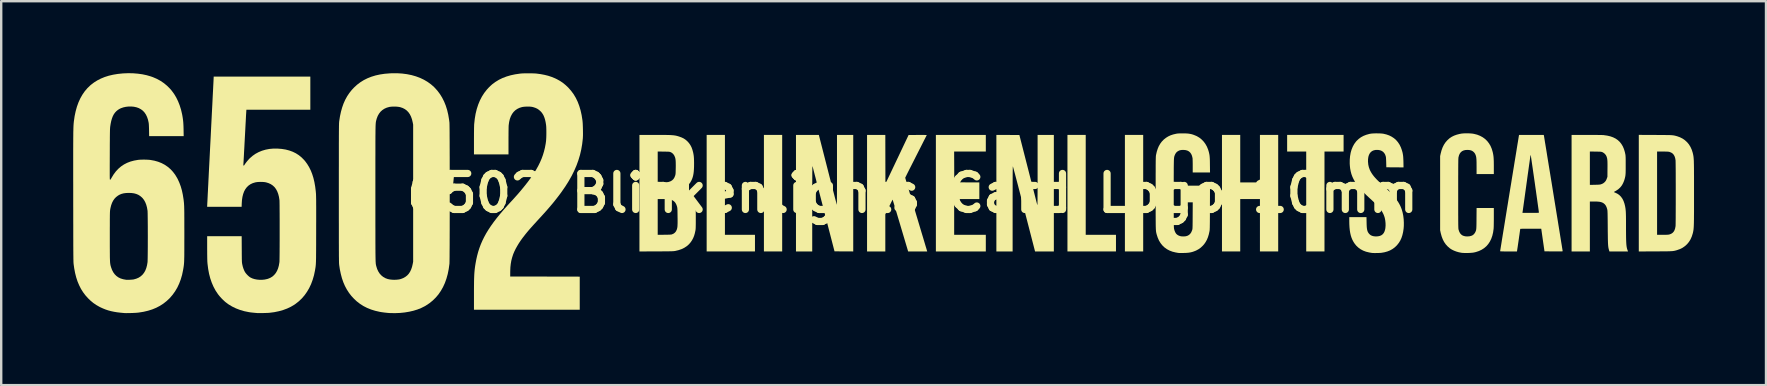
<source format=kicad_pcb>
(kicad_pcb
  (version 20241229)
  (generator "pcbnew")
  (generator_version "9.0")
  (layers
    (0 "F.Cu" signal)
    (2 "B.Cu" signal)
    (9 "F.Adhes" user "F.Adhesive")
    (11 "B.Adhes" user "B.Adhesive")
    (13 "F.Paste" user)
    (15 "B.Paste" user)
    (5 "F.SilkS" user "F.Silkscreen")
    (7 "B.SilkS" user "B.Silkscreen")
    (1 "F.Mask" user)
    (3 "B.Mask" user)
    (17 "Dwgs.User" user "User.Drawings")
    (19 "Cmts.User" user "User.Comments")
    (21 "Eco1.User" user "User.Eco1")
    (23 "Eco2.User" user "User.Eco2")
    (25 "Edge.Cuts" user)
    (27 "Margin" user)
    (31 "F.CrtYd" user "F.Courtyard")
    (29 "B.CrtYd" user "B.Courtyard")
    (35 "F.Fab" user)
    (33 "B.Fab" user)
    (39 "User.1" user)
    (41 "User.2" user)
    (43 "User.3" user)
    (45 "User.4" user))
  (footprint "6502 Blinkenlights Card Logo 10mm"
    (layer "F.Cu")
    (at 34.977 5)
    (property "Reference" "6502 Blinkenlights Card Logo 10mm" (at 0 0 0) (layer "F.SilkS") (effects (font (size 1.5 1.5) (thickness 0.3))))
    (attr board_only exclude_from_pos_files exclude_from_bom)
    (fp_poly (pts (xy -5.432 0) (xy -5.432 2.428) (xy -5.813 2.428) (xy -6.193 2.428) (xy -6.193 0) (xy -6.193 -2.428) (xy -5.813 -2.428) (xy -5.432 -2.428)) (stroke (width 0) (type solid)) (fill yes) (layer "F.SilkS"))
    (fp_poly (pts (xy 9.612 0) (xy 9.612 2.428) (xy 9.231 2.428) (xy 8.85 2.428) (xy 8.85 0) (xy 8.85 -2.428) (xy 9.231 -2.428) (xy 9.612 -2.428)) (stroke (width 0) (type solid)) (fill yes) (layer "F.SilkS"))
    (fp_poly (pts (xy -7.818 -0.347) (xy -7.818 1.735) (xy -7.192 1.735) (xy -6.566 1.735) (xy -6.566 2.081) (xy -6.566 2.428) (xy -7.573 2.428) (xy -8.579 2.428) (xy -8.579 0) (xy -8.579 -2.428) (xy -8.199 -2.428) (xy -7.818 -2.428)) (stroke (width 0) (type solid)) (fill yes) (layer "F.SilkS"))
    (fp_poly (pts (xy 7.217 -0.347) (xy 7.217 1.735) (xy 7.848 1.735) (xy 8.478 1.735) (xy 8.478 2.081) (xy 8.478 2.428) (xy 7.467 2.428) (xy 6.456 2.428) (xy 6.456 0) (xy 6.456 -2.428) (xy 6.837 -2.428) (xy 7.217 -2.428)) (stroke (width 0) (type solid)) (fill yes) (layer "F.SilkS"))
    (fp_poly (pts (xy 17.963 -2.081) (xy 17.963 -1.735) (xy 17.565 -1.735) (xy 17.167 -1.735) (xy 17.167 0.347) (xy 17.167 2.428) (xy 16.787 2.428) (xy 16.406 2.428) (xy 16.406 0.347) (xy 16.406 -1.735) (xy 16.008 -1.735) (xy 15.611 -1.735) (xy 15.611 -2.081) (xy 15.611 -2.428) (xy 16.787 -2.428) (xy 17.963 -2.428)) (stroke (width 0) (type solid)) (fill yes) (layer "F.SilkS"))
    (fp_poly (pts (xy 3.054 -2.081) (xy 3.054 -1.735) (xy 2.394 -1.735) (xy 1.734 -1.735) (xy 1.737 -1.094) (xy 1.739 -0.453) (xy 2.261 -0.45) (xy 2.784 -0.448) (xy 2.784 -0.101) (xy 2.784 0.245) (xy 2.259 0.245) (xy 1.735 0.245) (xy 1.735 0.99) (xy 1.735 1.735) (xy 2.394 1.735) (xy 3.054 1.735) (xy 3.054 2.081) (xy 3.054 2.428) (xy 2.014 2.428) (xy 0.973 2.428) (xy 0.973 0) (xy 0.973 -2.428) (xy 2.014 -2.428) (xy 3.054 -2.428)) (stroke (width 0) (type solid)) (fill yes) (layer "F.SilkS"))
    (fp_poly (pts (xy 13.656 -1.438) (xy 13.656 -0.448) (xy 14.066 -0.448) (xy 14.477 -0.448) (xy 14.477 -1.438) (xy 14.477 -2.428) (xy 14.858 -2.428) (xy 15.238 -2.428) (xy 15.238 0) (xy 15.238 2.428) (xy 14.858 2.428) (xy 14.477 2.428) (xy 14.477 1.337) (xy 14.477 0.245) (xy 14.066 0.245) (xy 13.656 0.245) (xy 13.656 1.337) (xy 13.656 2.428) (xy 13.275 2.428) (xy 12.895 2.428) (xy 12.895 0) (xy 12.895 -2.428) (xy 13.275 -2.428) (xy 13.656 -2.428)) (stroke (width 0) (type solid)) (fill yes) (layer "F.SilkS"))
    (fp_poly (pts (xy -3.532 -0.973) (xy -3.493 -0.82) (xy -3.455 -0.671) (xy -3.418 -0.528) (xy -3.383 -0.39) (xy -3.35 -0.26) (xy -3.318 -0.137) (xy -3.288 -0.023) (xy -3.261 0.081) (xy -3.237 0.175) (xy -3.215 0.259) (xy -3.196 0.33) (xy -3.18 0.389) (xy -3.168 0.434) (xy -3.16 0.465) (xy -3.155 0.48) (xy -3.154 0.482) (xy -3.154 0.474) (xy -3.153 0.45) (xy -3.152 0.41) (xy -3.152 0.356) (xy -3.151 0.289) (xy -3.15 0.209) (xy -3.15 0.117) (xy -3.149 0.014) (xy -3.149 -0.098) (xy -3.148 -0.22) (xy -3.148 -0.35) (xy -3.148 -0.487) (xy -3.148 -0.631) (xy -3.148 -0.781) (xy -3.148 -0.936) (xy -3.148 -0.973) (xy -3.148 -2.428) (xy -2.809 -2.428) (xy -2.471 -2.428) (xy -2.471 0.000084) (xy -2.471 2.428) (xy -2.861 2.426) (xy -3.251 2.424) (xy -3.707 0.66) (xy -3.75 0.491) (xy -3.793 0.327) (xy -3.834 0.167) (xy -3.874 0.014) (xy -3.912 -0.134) (xy -3.948 -0.273) (xy -3.982 -0.405) (xy -4.013 -0.528) (xy -4.042 -0.641) (xy -4.069 -0.743) (xy -4.092 -0.835) (xy -4.113 -0.915) (xy -4.13 -0.982) (xy -4.144 -1.036) (xy -4.154 -1.076) (xy -4.16 -1.101) (xy -4.163 -1.11) (xy -4.163 -1.111) (xy -4.169 -1.117) (xy -4.171 -1.117) (xy -4.172 -1.108) (xy -4.173 -1.083) (xy -4.174 -1.041) (xy -4.175 -0.982) (xy -4.176 -0.906) (xy -4.177 -0.813) (xy -4.177 -0.704) (xy -4.178 -0.578) (xy -4.179 -0.436) (xy -4.179 -0.276) (xy -4.179 -0.1) (xy -4.179 0.092) (xy -4.18 0.301) (xy -4.18 0.526) (xy -4.18 0.656) (xy -4.18 2.428) (xy -4.518 2.428) (xy -4.857 2.428) (xy -4.857 0) (xy -4.857 -2.428) (xy -4.38 -2.428) (xy -3.904 -2.428)) (stroke (width 0) (type solid)) (fill yes) (layer "F.SilkS"))
    (fp_poly (pts (xy 3.974 -2.426) (xy 4.453 -2.424) (xy 4.824 -0.973) (xy 4.863 -0.82) (xy 4.901 -0.672) (xy 4.937 -0.528) (xy 4.972 -0.391) (xy 5.006 -0.261) (xy 5.037 -0.138) (xy 5.066 -0.025) (xy 5.093 0.08) (xy 5.117 0.174) (xy 5.138 0.257) (xy 5.156 0.329) (xy 5.171 0.387) (xy 5.183 0.432) (xy 5.19 0.463) (xy 5.194 0.478) (xy 5.195 0.48) (xy 5.202 0.482) (xy 5.204 0.482) (xy 5.205 0.474) (xy 5.206 0.448) (xy 5.207 0.406) (xy 5.208 0.347) (xy 5.209 0.272) (xy 5.209 0.179) (xy 5.21 0.07) (xy 5.211 -0.055) (xy 5.211 -0.198) (xy 5.211 -0.356) (xy 5.212 -0.532) (xy 5.212 -0.723) (xy 5.212 -0.931) (xy 5.212 -0.973) (xy 5.212 -2.428) (xy 5.55 -2.428) (xy 5.889 -2.428) (xy 5.889 0) (xy 5.889 2.428) (xy 5.497 2.428) (xy 5.106 2.428) (xy 4.649 0.658) (xy 4.601 0.474) (xy 4.555 0.296) (xy 4.511 0.126) (xy 4.469 -0.036) (xy 4.429 -0.189) (xy 4.392 -0.333) (xy 4.357 -0.466) (xy 4.324 -0.589) (xy 4.295 -0.7) (xy 4.269 -0.8) (xy 4.245 -0.887) (xy 4.226 -0.961) (xy 4.209 -1.021) (xy 4.196 -1.067) (xy 4.188 -1.098) (xy 4.183 -1.113) (xy 4.182 -1.115) (xy 4.18 -1.112) (xy 4.179 -1.103) (xy 4.178 -1.086) (xy 4.177 -1.061) (xy 4.176 -1.028) (xy 4.176 -0.986) (xy 4.175 -0.934) (xy 4.174 -0.872) (xy 4.174 -0.799) (xy 4.173 -0.716) (xy 4.173 -0.62) (xy 4.172 -0.512) (xy 4.172 -0.391) (xy 4.172 -0.256) (xy 4.172 -0.108) (xy 4.171 0.055) (xy 4.171 0.234) (xy 4.171 0.428) (xy 4.171 0.638) (xy 4.171 0.655) (xy 4.171 2.428) (xy 3.833 2.428) (xy 3.494 2.428) (xy 3.494 -0.00007) (xy 3.494 -2.428)) (stroke (width 0) (type solid)) (fill yes) (layer "F.SilkS"))
    (fp_poly (pts (xy -1.132 -1.408) (xy -1.13 -0.389) (xy -0.647 -1.406) (xy -0.164 -2.424) (xy 0.214 -2.426) (xy 0.292 -2.427) (xy 0.365 -2.427) (xy 0.43 -2.426) (xy 0.487 -2.426) (xy 0.533 -2.425) (xy 0.567 -2.425) (xy 0.587 -2.424) (xy 0.592 -2.423) (xy 0.589 -2.415) (xy 0.578 -2.392) (xy 0.56 -2.357) (xy 0.536 -2.309) (xy 0.506 -2.25) (xy 0.471 -2.181) (xy 0.431 -2.102) (xy 0.387 -2.014) (xy 0.339 -1.92) (xy 0.287 -1.818) (xy 0.233 -1.711) (xy 0.176 -1.599) (xy 0.144 -1.536) (xy 0.086 -1.421) (xy 0.03 -1.311) (xy -0.023 -1.206) (xy -0.073 -1.107) (xy -0.12 -1.015) (xy -0.162 -0.931) (xy -0.2 -0.856) (xy -0.233 -0.79) (xy -0.26 -0.735) (xy -0.281 -0.692) (xy -0.296 -0.662) (xy -0.303 -0.645) (xy -0.305 -0.642) (xy -0.302 -0.632) (xy -0.295 -0.608) (xy -0.284 -0.568) (xy -0.268 -0.515) (xy -0.249 -0.449) (xy -0.226 -0.371) (xy -0.199 -0.281) (xy -0.169 -0.181) (xy -0.136 -0.071) (xy -0.101 0.048) (xy -0.063 0.175) (xy -0.023 0.31) (xy 0.019 0.451) (xy 0.063 0.597) (xy 0.109 0.749) (xy 0.148 0.881) (xy 0.195 1.036) (xy 0.24 1.187) (xy 0.284 1.334) (xy 0.326 1.474) (xy 0.366 1.608) (xy 0.404 1.734) (xy 0.44 1.852) (xy 0.472 1.961) (xy 0.502 2.06) (xy 0.528 2.148) (xy 0.551 2.225) (xy 0.571 2.29) (xy 0.586 2.342) (xy 0.597 2.379) (xy 0.604 2.402) (xy 0.606 2.409) (xy 0.611 2.428) (xy 0.214 2.428) (xy -0.183 2.428) (xy -0.504 1.35) (xy -0.543 1.219) (xy -0.581 1.092) (xy -0.617 0.972) (xy -0.651 0.857) (xy -0.683 0.75) (xy -0.713 0.651) (xy -0.74 0.562) (xy -0.764 0.483) (xy -0.785 0.414) (xy -0.802 0.358) (xy -0.815 0.315) (xy -0.824 0.286) (xy -0.829 0.272) (xy -0.83 0.271) (xy -0.835 0.278) (xy -0.846 0.299) (xy -0.863 0.332) (xy -0.885 0.375) (xy -0.911 0.428) (xy -0.94 0.487) (xy -0.972 0.552) (xy -0.984 0.576) (xy -1.134 0.882) (xy -1.134 1.655) (xy -1.134 2.428) (xy -1.515 2.428) (xy -1.895 2.428) (xy -1.895 0) (xy -1.895 -2.428) (xy -1.515 -2.428) (xy -1.134 -2.428)) (stroke (width 0) (type solid)) (fill yes) (layer "F.SilkS"))
    (fp_poly (pts (xy 30.953 -2.426) (xy 31.08 -2.425) (xy 31.192 -2.425) (xy 31.29 -2.424) (xy 31.375 -2.423) (xy 31.447 -2.422) (xy 31.51 -2.421) (xy 31.563 -2.42) (xy 31.609 -2.418) (xy 31.647 -2.415) (xy 31.681 -2.412) (xy 31.711 -2.408) (xy 31.738 -2.404) (xy 31.763 -2.398) (xy 31.789 -2.392) (xy 31.815 -2.385) (xy 31.844 -2.377) (xy 31.86 -2.373) (xy 31.979 -2.33) (xy 32.089 -2.275) (xy 32.188 -2.206) (xy 32.277 -2.125) (xy 32.354 -2.032) (xy 32.419 -1.927) (xy 32.471 -1.812) (xy 32.511 -1.687) (xy 32.511 -1.687) (xy 32.518 -1.659) (xy 32.524 -1.632) (xy 32.53 -1.606) (xy 32.535 -1.58) (xy 32.54 -1.553) (xy 32.544 -1.523) (xy 32.548 -1.491) (xy 32.551 -1.455) (xy 32.554 -1.414) (xy 32.557 -1.368) (xy 32.559 -1.316) (xy 32.56 -1.256) (xy 32.562 -1.189) (xy 32.563 -1.112) (xy 32.564 -1.026) (xy 32.565 -0.929) (xy 32.565 -0.821) (xy 32.566 -0.7) (xy 32.566 -0.567) (xy 32.566 -0.419) (xy 32.566 -0.257) (xy 32.566 -0.078) (xy 32.566 0) (xy 32.566 0.185) (xy 32.566 0.354) (xy 32.566 0.508) (xy 32.566 0.647) (xy 32.566 0.773) (xy 32.565 0.886) (xy 32.564 0.987) (xy 32.564 1.078) (xy 32.562 1.158) (xy 32.561 1.229) (xy 32.559 1.292) (xy 32.557 1.347) (xy 32.555 1.396) (xy 32.552 1.439) (xy 32.549 1.477) (xy 32.546 1.51) (xy 32.542 1.541) (xy 32.537 1.569) (xy 32.532 1.596) (xy 32.527 1.622) (xy 32.521 1.648) (xy 32.514 1.675) (xy 32.511 1.687) (xy 32.471 1.812) (xy 32.419 1.927) (xy 32.354 2.032) (xy 32.277 2.125) (xy 32.188 2.206) (xy 32.089 2.275) (xy 31.979 2.33) (xy 31.86 2.372) (xy 31.86 2.373) (xy 31.829 2.381) (xy 31.801 2.389) (xy 31.776 2.396) (xy 31.75 2.401) (xy 31.724 2.406) (xy 31.696 2.41) (xy 31.664 2.414) (xy 31.628 2.416) (xy 31.586 2.419) (xy 31.537 2.42) (xy 31.479 2.422) (xy 31.412 2.423) (xy 31.333 2.424) (xy 31.242 2.424) (xy 31.137 2.425) (xy 31.017 2.426) (xy 30.953 2.426) (xy 30.265 2.429) (xy 30.265 0) (xy 30.265 -1.735) (xy 31.027 -1.735) (xy 31.027 0) (xy 31.027 1.735) (xy 31.257 1.735) (xy 31.329 1.734) (xy 31.385 1.734) (xy 31.43 1.733) (xy 31.465 1.731) (xy 31.492 1.729) (xy 31.515 1.726) (xy 31.535 1.721) (xy 31.545 1.719) (xy 31.613 1.693) (xy 31.67 1.656) (xy 31.716 1.608) (xy 31.752 1.547) (xy 31.778 1.473) (xy 31.795 1.385) (xy 31.796 1.377) (xy 31.798 1.358) (xy 31.799 1.322) (xy 31.8 1.27) (xy 31.801 1.201) (xy 31.802 1.117) (xy 31.803 1.017) (xy 31.803 0.901) (xy 31.804 0.77) (xy 31.804 0.624) (xy 31.805 0.464) (xy 31.805 0.288) (xy 31.805 0.099) (xy 31.805 0) (xy 31.805 -0.196) (xy 31.805 -0.378) (xy 31.804 -0.546) (xy 31.804 -0.699) (xy 31.804 -0.838) (xy 31.803 -0.961) (xy 31.802 -1.069) (xy 31.801 -1.161) (xy 31.8 -1.238) (xy 31.799 -1.298) (xy 31.798 -1.342) (xy 31.797 -1.37) (xy 31.796 -1.377) (xy 31.78 -1.466) (xy 31.754 -1.541) (xy 31.719 -1.603) (xy 31.674 -1.653) (xy 31.618 -1.69) (xy 31.551 -1.717) (xy 31.545 -1.719) (xy 31.526 -1.724) (xy 31.505 -1.727) (xy 31.48 -1.73) (xy 31.45 -1.732) (xy 31.411 -1.733) (xy 31.361 -1.734) (xy 31.298 -1.734) (xy 31.257 -1.735) (xy 31.027 -1.735) (xy 30.265 -1.735) (xy 30.265 -2.429)) (stroke (width 0) (type solid)) (fill yes) (layer "F.SilkS"))
    (fp_poly (pts (xy 23.189 -2.493) (xy 23.269 -2.488) (xy 23.341 -2.481) (xy 23.398 -2.471) (xy 23.531 -2.437) (xy 23.652 -2.389) (xy 23.762 -2.329) (xy 23.861 -2.257) (xy 23.948 -2.172) (xy 24.023 -2.075) (xy 24.087 -1.967) (xy 24.138 -1.846) (xy 24.177 -1.714) (xy 24.19 -1.655) (xy 24.199 -1.607) (xy 24.206 -1.559) (xy 24.212 -1.51) (xy 24.216 -1.456) (xy 24.219 -1.397) (xy 24.222 -1.329) (xy 24.223 -1.25) (xy 24.224 -1.157) (xy 24.224 -1.095) (xy 24.224 -0.795) (xy 23.864 -0.795) (xy 23.505 -0.795) (xy 23.505 -1.095) (xy 23.504 -1.192) (xy 23.504 -1.273) (xy 23.502 -1.341) (xy 23.5 -1.398) (xy 23.496 -1.445) (xy 23.492 -1.485) (xy 23.486 -1.518) (xy 23.479 -1.548) (xy 23.47 -1.576) (xy 23.469 -1.578) (xy 23.447 -1.633) (xy 23.419 -1.677) (xy 23.384 -1.715) (xy 23.38 -1.719) (xy 23.333 -1.755) (xy 23.281 -1.78) (xy 23.222 -1.795) (xy 23.152 -1.802) (xy 23.12 -1.803) (xy 23.034 -1.797) (xy 22.961 -1.779) (xy 22.898 -1.748) (xy 22.847 -1.705) (xy 22.805 -1.649) (xy 22.773 -1.579) (xy 22.751 -1.494) (xy 22.751 -1.493) (xy 22.749 -1.483) (xy 22.748 -1.469) (xy 22.747 -1.449) (xy 22.745 -1.423) (xy 22.744 -1.39) (xy 22.743 -1.35) (xy 22.743 -1.301) (xy 22.742 -1.244) (xy 22.741 -1.177) (xy 22.741 -1.1) (xy 22.74 -1.012) (xy 22.74 -0.912) (xy 22.74 -0.8) (xy 22.739 -0.674) (xy 22.739 -0.534) (xy 22.739 -0.38) (xy 22.739 -0.211) (xy 22.739 -0.025) (xy 22.739 0.013) (xy 22.739 0.197) (xy 22.739 0.364) (xy 22.739 0.517) (xy 22.739 0.655) (xy 22.739 0.779) (xy 22.739 0.89) (xy 22.74 0.988) (xy 22.74 1.075) (xy 22.74 1.152) (xy 22.741 1.218) (xy 22.741 1.276) (xy 22.742 1.325) (xy 22.743 1.366) (xy 22.744 1.401) (xy 22.745 1.429) (xy 22.746 1.453) (xy 22.747 1.471) (xy 22.748 1.486) (xy 22.75 1.498) (xy 22.752 1.508) (xy 22.754 1.517) (xy 22.754 1.519) (xy 22.781 1.6) (xy 22.816 1.667) (xy 22.86 1.719) (xy 22.914 1.759) (xy 22.978 1.785) (xy 23.054 1.8) (xy 23.119 1.803) (xy 23.205 1.797) (xy 23.279 1.78) (xy 23.341 1.752) (xy 23.392 1.711) (xy 23.434 1.657) (xy 23.453 1.621) (xy 23.463 1.6) (xy 23.471 1.581) (xy 23.478 1.561) (xy 23.484 1.54) (xy 23.488 1.516) (xy 23.492 1.487) (xy 23.495 1.451) (xy 23.497 1.408) (xy 23.499 1.354) (xy 23.5 1.29) (xy 23.501 1.214) (xy 23.502 1.123) (xy 23.502 1.051) (xy 23.506 0.618) (xy 23.865 0.618) (xy 24.224 0.618) (xy 24.224 1.006) (xy 24.224 1.089) (xy 24.223 1.17) (xy 24.222 1.247) (xy 24.221 1.317) (xy 24.22 1.378) (xy 24.218 1.428) (xy 24.216 1.466) (xy 24.215 1.482) (xy 24.194 1.634) (xy 24.161 1.774) (xy 24.116 1.902) (xy 24.059 2.017) (xy 23.991 2.121) (xy 23.911 2.212) (xy 23.819 2.291) (xy 23.716 2.357) (xy 23.602 2.411) (xy 23.475 2.453) (xy 23.398 2.471) (xy 23.349 2.479) (xy 23.287 2.485) (xy 23.216 2.49) (xy 23.14 2.493) (xy 23.064 2.493) (xy 22.992 2.492) (xy 22.927 2.489) (xy 22.875 2.484) (xy 22.87 2.483) (xy 22.764 2.462) (xy 22.66 2.432) (xy 22.562 2.394) (xy 22.472 2.35) (xy 22.395 2.301) (xy 22.388 2.295) (xy 22.298 2.217) (xy 22.219 2.13) (xy 22.152 2.033) (xy 22.096 1.924) (xy 22.05 1.803) (xy 22.013 1.669) (xy 22.009 1.651) (xy 21.986 1.544) (xy 21.986 0) (xy 21.986 -1.544) (xy 22.009 -1.651) (xy 22.045 -1.787) (xy 22.09 -1.91) (xy 22.145 -2.02) (xy 22.211 -2.119) (xy 22.288 -2.207) (xy 22.376 -2.286) (xy 22.388 -2.295) (xy 22.472 -2.35) (xy 22.569 -2.398) (xy 22.677 -2.437) (xy 22.792 -2.467) (xy 22.885 -2.484) (xy 22.95 -2.49) (xy 23.025 -2.494) (xy 23.106 -2.495)) (stroke (width 0) (type solid)) (fill yes) (layer "F.SilkS"))
    (fp_poly (pts (xy 19.391 -2.492) (xy 19.463 -2.491) (xy 19.529 -2.487) (xy 19.586 -2.482) (xy 19.625 -2.476) (xy 19.75 -2.446) (xy 19.863 -2.406) (xy 19.965 -2.355) (xy 20.058 -2.294) (xy 20.059 -2.294) (xy 20.148 -2.217) (xy 20.226 -2.127) (xy 20.294 -2.024) (xy 20.35 -1.909) (xy 20.382 -1.821) (xy 20.402 -1.757) (xy 20.419 -1.696) (xy 20.431 -1.637) (xy 20.441 -1.575) (xy 20.448 -1.508) (xy 20.452 -1.432) (xy 20.456 -1.344) (xy 20.457 -1.297) (xy 20.461 -1.074) (xy 20.102 -1.077) (xy 19.744 -1.079) (xy 19.739 -1.278) (xy 19.737 -1.344) (xy 19.734 -1.404) (xy 19.731 -1.455) (xy 19.728 -1.495) (xy 19.724 -1.521) (xy 19.723 -1.523) (xy 19.698 -1.601) (xy 19.66 -1.667) (xy 19.612 -1.721) (xy 19.553 -1.761) (xy 19.484 -1.788) (xy 19.405 -1.802) (xy 19.316 -1.803) (xy 19.293 -1.801) (xy 19.219 -1.785) (xy 19.154 -1.756) (xy 19.099 -1.714) (xy 19.054 -1.659) (xy 19.019 -1.591) (xy 18.995 -1.511) (xy 18.982 -1.419) (xy 18.98 -1.315) (xy 18.981 -1.303) (xy 18.992 -1.189) (xy 19.016 -1.082) (xy 19.053 -0.979) (xy 19.07 -0.942) (xy 19.101 -0.884) (xy 19.136 -0.826) (xy 19.176 -0.767) (xy 19.222 -0.707) (xy 19.276 -0.644) (xy 19.339 -0.576) (xy 19.412 -0.503) (xy 19.496 -0.422) (xy 19.592 -0.333) (xy 19.613 -0.315) (xy 19.738 -0.199) (xy 19.85 -0.091) (xy 19.95 0.01) (xy 20.037 0.106) (xy 20.114 0.197) (xy 20.181 0.286) (xy 20.239 0.371) (xy 20.289 0.456) (xy 20.332 0.541) (xy 20.368 0.628) (xy 20.39 0.69) (xy 20.424 0.811) (xy 20.45 0.943) (xy 20.467 1.082) (xy 20.474 1.225) (xy 20.473 1.366) (xy 20.464 1.481) (xy 20.443 1.622) (xy 20.413 1.75) (xy 20.375 1.865) (xy 20.327 1.971) (xy 20.268 2.067) (xy 20.199 2.155) (xy 20.179 2.178) (xy 20.093 2.26) (xy 20 2.328) (xy 19.898 2.385) (xy 19.787 2.429) (xy 19.665 2.463) (xy 19.545 2.484) (xy 19.505 2.488) (xy 19.454 2.491) (xy 19.394 2.493) (xy 19.331 2.494) (xy 19.27 2.495) (xy 19.213 2.494) (xy 19.167 2.492) (xy 19.147 2.49) (xy 19.127 2.487) (xy 19.094 2.482) (xy 19.055 2.475) (xy 19.028 2.47) (xy 18.899 2.439) (xy 18.78 2.394) (xy 18.671 2.336) (xy 18.574 2.265) (xy 18.487 2.182) (xy 18.411 2.085) (xy 18.37 2.019) (xy 18.327 1.937) (xy 18.291 1.849) (xy 18.262 1.756) (xy 18.239 1.654) (xy 18.221 1.543) (xy 18.209 1.42) (xy 18.202 1.285) (xy 18.2 1.144) (xy 18.2 0.998) (xy 18.558 0.998) (xy 18.917 0.998) (xy 18.922 1.225) (xy 18.924 1.318) (xy 18.928 1.396) (xy 18.934 1.462) (xy 18.943 1.517) (xy 18.954 1.563) (xy 18.968 1.603) (xy 18.987 1.638) (xy 19.009 1.671) (xy 19.037 1.704) (xy 19.087 1.747) (xy 19.149 1.777) (xy 19.223 1.796) (xy 19.308 1.803) (xy 19.313 1.803) (xy 19.401 1.797) (xy 19.477 1.78) (xy 19.542 1.751) (xy 19.596 1.709) (xy 19.639 1.655) (xy 19.672 1.587) (xy 19.696 1.505) (xy 19.705 1.451) (xy 19.713 1.352) (xy 19.711 1.245) (xy 19.7 1.138) (xy 19.68 1.035) (xy 19.666 0.987) (xy 19.644 0.924) (xy 19.618 0.862) (xy 19.587 0.802) (xy 19.549 0.741) (xy 19.505 0.678) (xy 19.453 0.612) (xy 19.391 0.542) (xy 19.32 0.467) (xy 19.238 0.385) (xy 19.144 0.296) (xy 19.046 0.206) (xy 18.91 0.079) (xy 18.789 -0.041) (xy 18.682 -0.156) (xy 18.588 -0.267) (xy 18.506 -0.374) (xy 18.436 -0.48) (xy 18.377 -0.585) (xy 18.328 -0.69) (xy 18.289 -0.797) (xy 18.26 -0.907) (xy 18.238 -1.02) (xy 18.225 -1.139) (xy 18.219 -1.231) (xy 18.22 -1.391) (xy 18.233 -1.542) (xy 18.258 -1.685) (xy 18.296 -1.818) (xy 18.346 -1.94) (xy 18.408 -2.052) (xy 18.482 -2.152) (xy 18.509 -2.182) (xy 18.594 -2.262) (xy 18.687 -2.33) (xy 18.791 -2.387) (xy 18.906 -2.432) (xy 19.034 -2.468) (xy 19.075 -2.476) (xy 19.12 -2.483) (xy 19.178 -2.488) (xy 19.245 -2.491) (xy 19.317 -2.493)) (stroke (width 0) (type solid)) (fill yes) (layer "F.SilkS"))
    (fp_poly (pts (xy 28.21 -2.428) (xy 28.322 -2.428) (xy 28.426 -2.427) (xy 28.52 -2.426) (xy 28.603 -2.425) (xy 28.673 -2.424) (xy 28.731 -2.423) (xy 28.774 -2.421) (xy 28.801 -2.42) (xy 28.803 -2.419) (xy 28.946 -2.399) (xy 29.076 -2.369) (xy 29.192 -2.328) (xy 29.297 -2.276) (xy 29.389 -2.213) (xy 29.47 -2.138) (xy 29.539 -2.051) (xy 29.598 -1.952) (xy 29.646 -1.84) (xy 29.684 -1.714) (xy 29.704 -1.622) (xy 29.708 -1.601) (xy 29.711 -1.578) (xy 29.713 -1.552) (xy 29.715 -1.521) (xy 29.717 -1.483) (xy 29.718 -1.436) (xy 29.719 -1.379) (xy 29.719 -1.309) (xy 29.719 -1.226) (xy 29.719 -1.172) (xy 29.719 -1.076) (xy 29.719 -0.996) (xy 29.718 -0.928) (xy 29.717 -0.871) (xy 29.715 -0.823) (xy 29.712 -0.782) (xy 29.708 -0.746) (xy 29.704 -0.712) (xy 29.697 -0.68) (xy 29.69 -0.646) (xy 29.68 -0.61) (xy 29.676 -0.592) (xy 29.657 -0.532) (xy 29.632 -0.466) (xy 29.603 -0.403) (xy 29.572 -0.346) (xy 29.553 -0.316) (xy 29.488 -0.235) (xy 29.411 -0.164) (xy 29.32 -0.103) (xy 29.294 -0.089) (xy 29.265 -0.073) (xy 29.242 -0.059) (xy 29.23 -0.05) (xy 29.229 -0.048) (xy 29.236 -0.042) (xy 29.255 -0.032) (xy 29.283 -0.02) (xy 29.289 -0.018) (xy 29.377 0.025) (xy 29.455 0.08) (xy 29.522 0.147) (xy 29.58 0.228) (xy 29.628 0.322) (xy 29.666 0.43) (xy 29.686 0.508) (xy 29.695 0.549) (xy 29.702 0.589) (xy 29.709 0.629) (xy 29.714 0.671) (xy 29.719 0.717) (xy 29.723 0.767) (xy 29.726 0.824) (xy 29.728 0.889) (xy 29.73 0.964) (xy 29.731 1.05) (xy 29.732 1.148) (xy 29.732 1.26) (xy 29.732 1.368) (xy 29.732 1.511) (xy 29.733 1.638) (xy 29.734 1.751) (xy 29.735 1.85) (xy 29.737 1.937) (xy 29.74 2.013) (xy 29.743 2.079) (xy 29.747 2.136) (xy 29.752 2.186) (xy 29.758 2.23) (xy 29.765 2.269) (xy 29.773 2.304) (xy 29.782 2.336) (xy 29.793 2.367) (xy 29.796 2.375) (xy 29.816 2.428) (xy 29.428 2.428) (xy 29.041 2.428) (xy 29.031 2.397) (xy 29.022 2.366) (xy 29.014 2.337) (xy 29.007 2.309) (xy 29.001 2.281) (xy 28.996 2.252) (xy 28.992 2.22) (xy 28.988 2.183) (xy 28.985 2.142) (xy 28.982 2.094) (xy 28.98 2.038) (xy 28.978 1.973) (xy 28.976 1.898) (xy 28.975 1.811) (xy 28.974 1.712) (xy 28.972 1.598) (xy 28.971 1.469) (xy 28.971 1.43) (xy 28.97 1.305) (xy 28.969 1.195) (xy 28.968 1.1) (xy 28.967 1.019) (xy 28.966 0.95) (xy 28.965 0.891) (xy 28.964 0.843) (xy 28.962 0.803) (xy 28.961 0.77) (xy 28.959 0.744) (xy 28.958 0.723) (xy 28.956 0.705) (xy 28.953 0.69) (xy 28.95 0.677) (xy 28.947 0.664) (xy 28.947 0.662) (xy 28.921 0.581) (xy 28.888 0.515) (xy 28.847 0.462) (xy 28.797 0.42) (xy 28.754 0.396) (xy 28.716 0.38) (xy 28.675 0.368) (xy 28.629 0.359) (xy 28.575 0.353) (xy 28.511 0.349) (xy 28.433 0.347) (xy 28.397 0.347) (xy 28.226 0.347) (xy 28.226 1.388) (xy 28.226 2.428) (xy 27.845 2.428) (xy 27.464 2.428) (xy 27.464 0) (xy 27.464 -1.736) (xy 28.226 -1.736) (xy 28.226 -1.04) (xy 28.226 -0.345) (xy 28.431 -0.349) (xy 28.501 -0.351) (xy 28.556 -0.353) (xy 28.599 -0.355) (xy 28.632 -0.358) (xy 28.657 -0.362) (xy 28.677 -0.366) (xy 28.683 -0.368) (xy 28.74 -0.389) (xy 28.786 -0.414) (xy 28.827 -0.446) (xy 28.833 -0.451) (xy 28.866 -0.486) (xy 28.893 -0.522) (xy 28.915 -0.565) (xy 28.934 -0.615) (xy 28.958 -0.681) (xy 28.96 -1.011) (xy 28.961 -1.108) (xy 28.961 -1.19) (xy 28.96 -1.258) (xy 28.959 -1.316) (xy 28.956 -1.364) (xy 28.952 -1.404) (xy 28.947 -1.439) (xy 28.94 -1.471) (xy 28.931 -1.5) (xy 28.921 -1.53) (xy 28.919 -1.536) (xy 28.893 -1.585) (xy 28.855 -1.633) (xy 28.808 -1.674) (xy 28.758 -1.704) (xy 28.746 -1.71) (xy 28.731 -1.716) (xy 28.715 -1.72) (xy 28.698 -1.724) (xy 28.677 -1.727) (xy 28.65 -1.729) (xy 28.614 -1.73) (xy 28.567 -1.731) (xy 28.508 -1.732) (xy 28.461 -1.733) (xy 28.226 -1.736) (xy 27.464 -1.736) (xy 27.464 -2.428) (xy 28.09 -2.428)) (stroke (width 0) (type solid)) (fill yes) (layer "F.SilkS"))
    (fp_poly (pts (xy -10.608 -2.428) (xy -10.486 -2.428) (xy -10.379 -2.427) (xy -10.284 -2.426) (xy -10.202 -2.425) (xy -10.13 -2.423) (xy -10.066 -2.42) (xy -10.011 -2.416) (xy -9.962 -2.412) (xy -9.918 -2.406) (xy -9.878 -2.4) (xy -9.841 -2.392) (xy -9.805 -2.383) (xy -9.769 -2.373) (xy -9.732 -2.361) (xy -9.717 -2.356) (xy -9.622 -2.321) (xy -9.54 -2.282) (xy -9.468 -2.235) (xy -9.402 -2.18) (xy -9.385 -2.164) (xy -9.316 -2.088) (xy -9.258 -2.004) (xy -9.21 -1.912) (xy -9.172 -1.807) (xy -9.143 -1.699) (xy -9.131 -1.64) (xy -9.121 -1.581) (xy -9.114 -1.521) (xy -9.109 -1.455) (xy -9.106 -1.38) (xy -9.104 -1.294) (xy -9.104 -1.224) (xy -9.105 -1.101) (xy -9.11 -0.992) (xy -9.117 -0.896) (xy -9.128 -0.81) (xy -9.143 -0.732) (xy -9.162 -0.661) (xy -9.186 -0.593) (xy -9.215 -0.528) (xy -9.268 -0.435) (xy -9.335 -0.351) (xy -9.413 -0.277) (xy -9.5 -0.215) (xy -9.555 -0.185) (xy -9.577 -0.173) (xy -9.59 -0.163) (xy -9.593 -0.159) (xy -9.584 -0.152) (xy -9.564 -0.141) (xy -9.536 -0.128) (xy -9.527 -0.124) (xy -9.429 -0.073) (xy -9.342 -0.011) (xy -9.266 0.064) (xy -9.2 0.15) (xy -9.145 0.25) (xy -9.099 0.363) (xy -9.063 0.489) (xy -9.048 0.563) (xy -9.044 0.584) (xy -9.041 0.606) (xy -9.039 0.63) (xy -9.037 0.659) (xy -9.035 0.693) (xy -9.034 0.735) (xy -9.033 0.786) (xy -9.033 0.847) (xy -9.032 0.922) (xy -9.032 1.011) (xy -9.032 1.062) (xy -9.032 1.159) (xy -9.032 1.241) (xy -9.033 1.309) (xy -9.034 1.365) (xy -9.035 1.412) (xy -9.036 1.45) (xy -9.038 1.481) (xy -9.04 1.507) (xy -9.043 1.53) (xy -9.046 1.552) (xy -9.048 1.561) (xy -9.073 1.677) (xy -9.104 1.781) (xy -9.142 1.874) (xy -9.188 1.96) (xy -9.244 2.043) (xy -9.244 2.044) (xy -9.321 2.133) (xy -9.41 2.21) (xy -9.511 2.276) (xy -9.624 2.331) (xy -9.75 2.374) (xy -9.878 2.405) (xy -9.895 2.408) (xy -9.912 2.411) (xy -9.93 2.413) (xy -9.95 2.415) (xy -9.974 2.417) (xy -10.002 2.419) (xy -10.036 2.42) (xy -10.077 2.421) (xy -10.126 2.422) (xy -10.185 2.423) (xy -10.255 2.424) (xy -10.336 2.424) (xy -10.431 2.425) (xy -10.54 2.425) (xy -10.664 2.426) (xy -10.676 2.426) (xy -11.38 2.429) (xy -11.38 0.245) (xy -10.619 0.245) (xy -10.619 0.99) (xy -10.619 1.735) (xy -10.341 1.733) (xy -10.263 1.732) (xy -10.199 1.731) (xy -10.148 1.729) (xy -10.108 1.728) (xy -10.078 1.725) (xy -10.054 1.723) (xy -10.036 1.72) (xy -10.022 1.715) (xy -10.022 1.715) (xy -9.955 1.685) (xy -9.9 1.642) (xy -9.856 1.587) (xy -9.825 1.52) (xy -9.825 1.52) (xy -9.816 1.492) (xy -9.809 1.465) (xy -9.803 1.437) (xy -9.798 1.405) (xy -9.795 1.367) (xy -9.793 1.323) (xy -9.791 1.27) (xy -9.79 1.206) (xy -9.79 1.13) (xy -9.791 1.039) (xy -9.792 0.986) (xy -9.793 0.896) (xy -9.794 0.821) (xy -9.795 0.759) (xy -9.796 0.71) (xy -9.798 0.67) (xy -9.8 0.638) (xy -9.803 0.613) (xy -9.806 0.593) (xy -9.809 0.575) (xy -9.81 0.571) (xy -9.838 0.486) (xy -9.875 0.414) (xy -9.92 0.357) (xy -9.975 0.313) (xy -10.007 0.295) (xy -10.038 0.281) (xy -10.069 0.27) (xy -10.101 0.262) (xy -10.137 0.255) (xy -10.18 0.251) (xy -10.232 0.248) (xy -10.295 0.246) (xy -10.372 0.246) (xy -10.396 0.246) (xy -10.619 0.245) (xy -11.38 0.245) (xy -11.38 0.000405) (xy -11.38 -1.736) (xy -10.619 -1.736) (xy -10.619 -1.091) (xy -10.619 -0.446) (xy -10.413 -0.451) (xy -10.339 -0.453) (xy -10.28 -0.456) (xy -10.233 -0.459) (xy -10.197 -0.462) (xy -10.17 -0.467) (xy -10.158 -0.47) (xy -10.082 -0.497) (xy -10.019 -0.535) (xy -9.967 -0.584) (xy -9.927 -0.645) (xy -9.896 -0.719) (xy -9.892 -0.731) (xy -9.886 -0.751) (xy -9.881 -0.77) (xy -9.878 -0.79) (xy -9.875 -0.813) (xy -9.873 -0.842) (xy -9.871 -0.879) (xy -9.87 -0.926) (xy -9.869 -0.985) (xy -9.867 -1.058) (xy -9.866 -1.15) (xy -9.867 -1.228) (xy -9.868 -1.293) (xy -9.871 -1.347) (xy -9.875 -1.393) (xy -9.881 -1.433) (xy -9.889 -1.468) (xy -9.899 -1.501) (xy -9.901 -1.505) (xy -9.933 -1.577) (xy -9.976 -1.636) (xy -10.029 -1.682) (xy -10.084 -1.711) (xy -10.099 -1.716) (xy -10.114 -1.721) (xy -10.131 -1.724) (xy -10.152 -1.727) (xy -10.18 -1.729) (xy -10.217 -1.73) (xy -10.265 -1.731) (xy -10.326 -1.732) (xy -10.375 -1.733) (xy -10.619 -1.736) (xy -11.38 -1.736) (xy -11.38 -2.428) (xy -10.745 -2.428)) (stroke (width 0) (type solid)) (fill yes) (layer "F.SilkS"))
    (fp_poly (pts (xy 26.309 -2.409) (xy 26.311 -2.398) (xy 26.316 -2.372) (xy 26.323 -2.33) (xy 26.332 -2.274) (xy 26.343 -2.205) (xy 26.356 -2.123) (xy 26.372 -2.029) (xy 26.389 -1.925) (xy 26.408 -1.81) (xy 26.428 -1.686) (xy 26.449 -1.553) (xy 26.472 -1.412) (xy 26.496 -1.265) (xy 26.521 -1.111) (xy 26.547 -0.952) (xy 26.574 -0.789) (xy 26.601 -0.622) (xy 26.629 -0.452) (xy 26.657 -0.28) (xy 26.685 -0.106) (xy 26.713 0.068) (xy 26.741 0.242) (xy 26.769 0.414) (xy 26.797 0.585) (xy 26.824 0.753) (xy 26.851 0.918) (xy 26.877 1.078) (xy 26.902 1.233) (xy 26.926 1.382) (xy 26.949 1.524) (xy 26.971 1.659) (xy 26.991 1.785) (xy 27.01 1.902) (xy 27.027 2.01) (xy 27.043 2.106) (xy 27.057 2.191) (xy 27.068 2.264) (xy 27.078 2.323) (xy 27.085 2.368) (xy 27.09 2.399) (xy 27.092 2.414) (xy 27.092 2.415) (xy 27.091 2.418) (xy 27.086 2.421) (xy 27.077 2.423) (xy 27.061 2.425) (xy 27.038 2.426) (xy 27.005 2.427) (xy 26.962 2.427) (xy 26.907 2.427) (xy 26.839 2.427) (xy 26.755 2.427) (xy 26.714 2.426) (xy 26.335 2.424) (xy 26.267 1.952) (xy 26.2 1.481) (xy 25.762 1.481) (xy 25.663 1.481) (xy 25.579 1.481) (xy 25.51 1.481) (xy 25.454 1.482) (xy 25.41 1.483) (xy 25.377 1.484) (xy 25.353 1.485) (xy 25.337 1.487) (xy 25.328 1.489) (xy 25.324 1.492) (xy 25.324 1.492) (xy 25.323 1.502) (xy 25.319 1.527) (xy 25.314 1.565) (xy 25.307 1.614) (xy 25.299 1.672) (xy 25.29 1.738) (xy 25.279 1.808) (xy 25.269 1.883) (xy 25.258 1.959) (xy 25.247 2.034) (xy 25.236 2.108) (xy 25.226 2.177) (xy 25.217 2.241) (xy 25.208 2.297) (xy 25.201 2.343) (xy 25.196 2.377) (xy 25.193 2.398) (xy 25.193 2.401) (xy 25.188 2.428) (xy 24.837 2.428) (xy 24.739 2.428) (xy 24.657 2.428) (xy 24.592 2.427) (xy 24.542 2.425) (xy 24.509 2.423) (xy 24.49 2.421) (xy 24.486 2.419) (xy 24.488 2.411) (xy 24.491 2.386) (xy 24.498 2.346) (xy 24.507 2.291) (xy 24.518 2.223) (xy 24.531 2.143) (xy 24.546 2.05) (xy 24.562 1.946) (xy 24.581 1.832) (xy 24.601 1.707) (xy 24.623 1.574) (xy 24.646 1.433) (xy 24.67 1.285) (xy 24.695 1.13) (xy 24.721 0.969) (xy 24.745 0.821) (xy 25.416 0.821) (xy 25.759 0.821) (xy 25.844 0.821) (xy 25.914 0.821) (xy 25.97 0.82) (xy 26.014 0.82) (xy 26.047 0.819) (xy 26.071 0.817) (xy 26.086 0.816) (xy 26.096 0.813) (xy 26.101 0.811) (xy 26.102 0.807) (xy 26.102 0.806) (xy 26.101 0.794) (xy 26.098 0.767) (xy 26.093 0.726) (xy 26.085 0.671) (xy 26.076 0.605) (xy 26.065 0.528) (xy 26.053 0.441) (xy 26.04 0.346) (xy 26.026 0.243) (xy 26.01 0.134) (xy 25.994 0.02) (xy 25.978 -0.098) (xy 25.96 -0.218) (xy 25.943 -0.34) (xy 25.926 -0.463) (xy 25.908 -0.585) (xy 25.891 -0.705) (xy 25.874 -0.821) (xy 25.858 -0.934) (xy 25.843 -1.041) (xy 25.828 -1.142) (xy 25.814 -1.236) (xy 25.802 -1.32) (xy 25.791 -1.395) (xy 25.782 -1.458) (xy 25.774 -1.509) (xy 25.768 -1.547) (xy 25.764 -1.57) (xy 25.763 -1.577) (xy 25.754 -1.582) (xy 25.753 -1.582) (xy 25.751 -1.573) (xy 25.747 -1.549) (xy 25.742 -1.509) (xy 25.734 -1.456) (xy 25.725 -1.39) (xy 25.714 -1.312) (xy 25.701 -1.222) (xy 25.687 -1.123) (xy 25.672 -1.014) (xy 25.656 -0.898) (xy 25.638 -0.774) (xy 25.62 -0.643) (xy 25.602 -0.508) (xy 25.587 -0.402) (xy 25.568 -0.262) (xy 25.549 -0.127) (xy 25.531 0.002) (xy 25.514 0.126) (xy 25.498 0.242) (xy 25.483 0.35) (xy 25.469 0.448) (xy 25.457 0.536) (xy 25.446 0.614) (xy 25.437 0.679) (xy 25.43 0.731) (xy 25.424 0.768) (xy 25.421 0.791) (xy 25.42 0.797) (xy 25.416 0.821) (xy 24.745 0.821) (xy 24.748 0.803) (xy 24.775 0.633) (xy 24.804 0.46) (xy 24.832 0.284) (xy 24.861 0.106) (xy 24.89 -0.073) (xy 24.919 -0.252) (xy 24.949 -0.431) (xy 24.977 -0.609) (xy 25.006 -0.784) (xy 25.034 -0.957) (xy 25.062 -1.126) (xy 25.088 -1.291) (xy 25.115 -1.451) (xy 25.14 -1.604) (xy 25.164 -1.751) (xy 25.186 -1.891) (xy 25.197 -1.958) (xy 25.211 -2.044) (xy 25.225 -2.126) (xy 25.237 -2.2) (xy 25.248 -2.267) (xy 25.257 -2.324) (xy 25.264 -2.369) (xy 25.27 -2.402) (xy 25.273 -2.421) (xy 25.273 -2.425) (xy 25.281 -2.426) (xy 25.305 -2.426) (xy 25.343 -2.427) (xy 25.393 -2.427) (xy 25.454 -2.428) (xy 25.525 -2.428) (xy 25.605 -2.428) (xy 25.691 -2.428) (xy 25.782 -2.428) (xy 25.789 -2.428) (xy 26.305 -2.428)) (stroke (width 0) (type solid)) (fill yes) (layer "F.SilkS"))
    (fp_poly (pts (xy -15.92 -4.995) (xy -15.844 -4.993) (xy -15.776 -4.991) (xy -15.718 -4.988) (xy -15.678 -4.985) (xy -15.502 -4.962) (xy -15.338 -4.931) (xy -15.185 -4.893) (xy -15.04 -4.845) (xy -14.9 -4.788) (xy -14.821 -4.75) (xy -14.691 -4.678) (xy -14.57 -4.597) (xy -14.455 -4.503) (xy -14.342 -4.396) (xy -14.337 -4.39) (xy -14.224 -4.261) (xy -14.122 -4.122) (xy -14.032 -3.971) (xy -13.954 -3.809) (xy -13.888 -3.635) (xy -13.833 -3.45) (xy -13.789 -3.252) (xy -13.756 -3.041) (xy -13.753 -3.016) (xy -13.748 -2.962) (xy -13.743 -2.894) (xy -13.74 -2.816) (xy -13.737 -2.732) (xy -13.735 -2.645) (xy -13.734 -2.557) (xy -13.733 -2.474) (xy -13.734 -2.397) (xy -13.737 -2.33) (xy -13.74 -2.276) (xy -13.74 -2.274) (xy -13.767 -2.042) (xy -13.806 -1.815) (xy -13.858 -1.592) (xy -13.924 -1.373) (xy -14.003 -1.155) (xy -14.097 -0.938) (xy -14.205 -0.72) (xy -14.329 -0.502) (xy -14.467 -0.282) (xy -14.622 -0.058) (xy -14.648 -0.022) (xy -14.731 0.09) (xy -14.815 0.199) (xy -14.901 0.308) (xy -14.99 0.419) (xy -15.085 0.531) (xy -15.186 0.649) (xy -15.294 0.772) (xy -15.412 0.903) (xy -15.541 1.044) (xy -15.581 1.087) (xy -15.676 1.191) (xy -15.761 1.284) (xy -15.837 1.368) (xy -15.905 1.444) (xy -15.967 1.514) (xy -16.023 1.58) (xy -16.076 1.644) (xy -16.126 1.705) (xy -16.175 1.768) (xy -16.225 1.832) (xy -16.254 1.87) (xy -16.332 1.978) (xy -16.407 2.091) (xy -16.476 2.206) (xy -16.539 2.319) (xy -16.592 2.428) (xy -16.635 2.529) (xy -16.648 2.564) (xy -16.689 2.693) (xy -16.721 2.82) (xy -16.743 2.95) (xy -16.758 3.086) (xy -16.764 3.232) (xy -16.765 3.283) (xy -16.766 3.473) (xy -15.317 3.475) (xy -13.868 3.478) (xy -13.868 4.167) (xy -13.868 4.857) (xy -16.072 4.857) (xy -18.276 4.857) (xy -18.276 4.211) (xy -18.276 4.061) (xy -18.275 3.927) (xy -18.274 3.806) (xy -18.273 3.698) (xy -18.271 3.6) (xy -18.268 3.512) (xy -18.265 3.432) (xy -18.261 3.358) (xy -18.256 3.289) (xy -18.25 3.223) (xy -18.243 3.159) (xy -18.235 3.095) (xy -18.226 3.03) (xy -18.215 2.963) (xy -18.212 2.944) (xy -18.181 2.773) (xy -18.144 2.608) (xy -18.101 2.447) (xy -18.05 2.289) (xy -17.992 2.134) (xy -17.926 1.981) (xy -17.85 1.827) (xy -17.766 1.673) (xy -17.671 1.518) (xy -17.566 1.36) (xy -17.45 1.198) (xy -17.322 1.032) (xy -17.182 0.86) (xy -17.029 0.681) (xy -16.863 0.495) (xy -16.772 0.396) (xy -16.681 0.298) (xy -16.6 0.209) (xy -16.528 0.128) (xy -16.461 0.054) (xy -16.399 -0.018) (xy -16.34 -0.087) (xy -16.296 -0.14) (xy -16.147 -0.322) (xy -16.012 -0.496) (xy -15.89 -0.663) (xy -15.78 -0.825) (xy -15.683 -0.983) (xy -15.597 -1.137) (xy -15.522 -1.289) (xy -15.457 -1.44) (xy -15.402 -1.591) (xy -15.356 -1.744) (xy -15.318 -1.899) (xy -15.288 -2.058) (xy -15.275 -2.149) (xy -15.27 -2.198) (xy -15.266 -2.26) (xy -15.262 -2.332) (xy -15.26 -2.41) (xy -15.259 -2.491) (xy -15.259 -2.572) (xy -15.26 -2.65) (xy -15.262 -2.721) (xy -15.265 -2.783) (xy -15.27 -2.832) (xy -15.271 -2.843) (xy -15.291 -2.966) (xy -15.316 -3.074) (xy -15.347 -3.169) (xy -15.383 -3.252) (xy -15.427 -3.324) (xy -15.477 -3.388) (xy -15.51 -3.421) (xy -15.574 -3.476) (xy -15.64 -3.52) (xy -15.713 -3.554) (xy -15.796 -3.582) (xy -15.843 -3.594) (xy -15.891 -3.602) (xy -15.951 -3.607) (xy -16.019 -3.609) (xy -16.089 -3.608) (xy -16.158 -3.604) (xy -16.22 -3.598) (xy -16.271 -3.589) (xy -16.376 -3.557) (xy -16.47 -3.512) (xy -16.554 -3.454) (xy -16.627 -3.383) (xy -16.689 -3.299) (xy -16.74 -3.202) (xy -16.781 -3.092) (xy -16.81 -2.968) (xy -16.829 -2.835) (xy -16.83 -2.813) (xy -16.832 -2.775) (xy -16.833 -2.724) (xy -16.834 -2.66) (xy -16.835 -2.587) (xy -16.836 -2.505) (xy -16.836 -2.415) (xy -16.837 -2.321) (xy -16.837 -2.223) (xy -16.837 -2.185) (xy -16.837 -1.616) (xy -17.557 -1.616) (xy -18.276 -1.616) (xy -18.276 -2.19) (xy -18.276 -2.293) (xy -18.275 -2.394) (xy -18.275 -2.49) (xy -18.274 -2.579) (xy -18.273 -2.661) (xy -18.272 -2.732) (xy -18.27 -2.793) (xy -18.269 -2.84) (xy -18.267 -2.872) (xy -18.267 -2.877) (xy -18.243 -3.098) (xy -18.208 -3.307) (xy -18.16 -3.505) (xy -18.1 -3.69) (xy -18.028 -3.864) (xy -17.944 -4.026) (xy -17.848 -4.176) (xy -17.74 -4.314) (xy -17.675 -4.386) (xy -17.636 -4.425) (xy -17.595 -4.465) (xy -17.555 -4.502) (xy -17.521 -4.532) (xy -17.51 -4.542) (xy -17.377 -4.639) (xy -17.236 -4.725) (xy -17.084 -4.799) (xy -16.921 -4.861) (xy -16.748 -4.912) (xy -16.563 -4.952) (xy -16.365 -4.981) (xy -16.33 -4.985) (xy -16.284 -4.989) (xy -16.224 -4.992) (xy -16.155 -4.994) (xy -16.079 -4.995) (xy -15.999 -4.995)) (stroke (width 0) (type solid)) (fill yes) (layer "F.SilkS"))
    (fp_poly (pts (xy 11.353 -2.491) (xy 11.431 -2.488) (xy 11.499 -2.482) (xy 11.561 -2.472) (xy 11.62 -2.46) (xy 11.679 -2.443) (xy 11.725 -2.427) (xy 11.843 -2.378) (xy 11.95 -2.315) (xy 12.046 -2.239) (xy 12.131 -2.151) (xy 12.205 -2.051) (xy 12.268 -1.939) (xy 12.318 -1.816) (xy 12.344 -1.729) (xy 12.355 -1.685) (xy 12.364 -1.645) (xy 12.372 -1.605) (xy 12.378 -1.565) (xy 12.382 -1.52) (xy 12.386 -1.47) (xy 12.389 -1.411) (xy 12.391 -1.342) (xy 12.392 -1.26) (xy 12.393 -1.182) (xy 12.397 -0.863) (xy 12.037 -0.863) (xy 11.676 -0.863) (xy 11.676 -1.141) (xy 11.676 -1.211) (xy 11.675 -1.278) (xy 11.674 -1.338) (xy 11.672 -1.391) (xy 11.671 -1.432) (xy 11.669 -1.46) (xy 11.667 -1.469) (xy 11.646 -1.556) (xy 11.614 -1.631) (xy 11.572 -1.691) (xy 11.52 -1.739) (xy 11.457 -1.773) (xy 11.384 -1.794) (xy 11.299 -1.803) (xy 11.287 -1.803) (xy 11.22 -1.801) (xy 11.165 -1.793) (xy 11.119 -1.78) (xy 11.09 -1.767) (xy 11.032 -1.732) (xy 10.987 -1.689) (xy 10.951 -1.635) (xy 10.929 -1.586) (xy 10.923 -1.572) (xy 10.918 -1.559) (xy 10.914 -1.547) (xy 10.91 -1.533) (xy 10.906 -1.519) (xy 10.903 -1.503) (xy 10.9 -1.483) (xy 10.897 -1.46) (xy 10.895 -1.432) (xy 10.893 -1.4) (xy 10.891 -1.361) (xy 10.89 -1.315) (xy 10.889 -1.261) (xy 10.888 -1.199) (xy 10.887 -1.128) (xy 10.886 -1.047) (xy 10.886 -0.955) (xy 10.886 -0.851) (xy 10.885 -0.735) (xy 10.885 -0.606) (xy 10.885 -0.463) (xy 10.885 -0.305) (xy 10.885 -0.131) (xy 10.885 0.004) (xy 10.885 0.187) (xy 10.885 0.353) (xy 10.885 0.504) (xy 10.885 0.64) (xy 10.885 0.763) (xy 10.886 0.872) (xy 10.886 0.97) (xy 10.886 1.056) (xy 10.887 1.131) (xy 10.887 1.197) (xy 10.888 1.253) (xy 10.888 1.301) (xy 10.889 1.342) (xy 10.89 1.376) (xy 10.891 1.404) (xy 10.892 1.428) (xy 10.894 1.446) (xy 10.895 1.462) (xy 10.897 1.474) (xy 10.898 1.485) (xy 10.9 1.493) (xy 10.921 1.566) (xy 10.949 1.632) (xy 10.983 1.685) (xy 10.995 1.7) (xy 11.039 1.737) (xy 11.094 1.768) (xy 11.156 1.79) (xy 11.215 1.8) (xy 11.309 1.803) (xy 11.391 1.795) (xy 11.462 1.773) (xy 11.522 1.739) (xy 11.573 1.691) (xy 11.615 1.63) (xy 11.647 1.555) (xy 11.657 1.526) (xy 11.66 1.514) (xy 11.662 1.501) (xy 11.665 1.484) (xy 11.667 1.463) (xy 11.668 1.435) (xy 11.669 1.401) (xy 11.671 1.357) (xy 11.671 1.304) (xy 11.672 1.24) (xy 11.673 1.163) (xy 11.673 1.072) (xy 11.674 0.965) (xy 11.674 0.929) (xy 11.677 0.381) (xy 11.486 0.381) (xy 11.295 0.381) (xy 11.295 0.034) (xy 11.295 -0.313) (xy 11.846 -0.313) (xy 12.396 -0.313) (xy 12.393 0.594) (xy 12.393 0.74) (xy 12.392 0.869) (xy 12.392 0.984) (xy 12.391 1.085) (xy 12.391 1.173) (xy 12.39 1.249) (xy 12.389 1.314) (xy 12.388 1.37) (xy 12.388 1.417) (xy 12.386 1.456) (xy 12.385 1.488) (xy 12.384 1.515) (xy 12.382 1.537) (xy 12.38 1.555) (xy 12.378 1.57) (xy 12.376 1.582) (xy 12.347 1.715) (xy 12.311 1.834) (xy 12.267 1.941) (xy 12.214 2.037) (xy 12.152 2.126) (xy 12.096 2.189) (xy 12.01 2.27) (xy 11.916 2.337) (xy 11.814 2.392) (xy 11.725 2.427) (xy 11.659 2.449) (xy 11.594 2.465) (xy 11.528 2.477) (xy 11.456 2.485) (xy 11.375 2.49) (xy 11.291 2.492) (xy 11.236 2.493) (xy 11.185 2.493) (xy 11.141 2.492) (xy 11.107 2.492) (xy 11.086 2.491) (xy 11.084 2.491) (xy 11.063 2.488) (xy 11.031 2.482) (xy 10.992 2.475) (xy 10.963 2.47) (xy 10.832 2.438) (xy 10.711 2.392) (xy 10.601 2.334) (xy 10.501 2.262) (xy 10.413 2.178) (xy 10.336 2.081) (xy 10.27 1.973) (xy 10.217 1.852) (xy 10.179 1.735) (xy 10.173 1.713) (xy 10.168 1.694) (xy 10.163 1.676) (xy 10.159 1.658) (xy 10.155 1.64) (xy 10.152 1.621) (xy 10.148 1.6) (xy 10.146 1.576) (xy 10.143 1.549) (xy 10.141 1.517) (xy 10.139 1.481) (xy 10.138 1.438) (xy 10.136 1.389) (xy 10.135 1.333) (xy 10.134 1.268) (xy 10.134 1.194) (xy 10.133 1.11) (xy 10.133 1.016) (xy 10.132 0.91) (xy 10.132 0.792) (xy 10.132 0.661) (xy 10.132 0.516) (xy 10.132 0.357) (xy 10.132 0.182) (xy 10.132 0) (xy 10.132 -0.188) (xy 10.132 -0.36) (xy 10.132 -0.517) (xy 10.132 -0.659) (xy 10.132 -0.788) (xy 10.133 -0.903) (xy 10.133 -1.006) (xy 10.133 -1.097) (xy 10.133 -1.177) (xy 10.134 -1.248) (xy 10.134 -1.309) (xy 10.135 -1.362) (xy 10.136 -1.407) (xy 10.137 -1.446) (xy 10.138 -1.478) (xy 10.139 -1.505) (xy 10.14 -1.527) (xy 10.141 -1.545) (xy 10.143 -1.56) (xy 10.144 -1.573) (xy 10.146 -1.584) (xy 10.147 -1.591) (xy 10.178 -1.728) (xy 10.217 -1.851) (xy 10.264 -1.962) (xy 10.321 -2.06) (xy 10.387 -2.149) (xy 10.463 -2.228) (xy 10.477 -2.241) (xy 10.563 -2.308) (xy 10.653 -2.364) (xy 10.75 -2.41) (xy 10.858 -2.446) (xy 10.967 -2.472) (xy 11.001 -2.479) (xy 11.032 -2.484) (xy 11.064 -2.487) (xy 11.101 -2.489) (xy 11.144 -2.491) (xy 11.198 -2.492) (xy 11.262 -2.492)) (stroke (width 0) (type solid)) (fill yes) (layer "F.SilkS"))
    (fp_poly (pts (xy -21.268 -4.985) (xy -21.068 -4.959) (xy -20.876 -4.92) (xy -20.694 -4.868) (xy -20.522 -4.804) (xy -20.36 -4.727) (xy -20.209 -4.638) (xy -20.068 -4.536) (xy -19.939 -4.423) (xy -19.921 -4.404) (xy -19.803 -4.275) (xy -19.697 -4.134) (xy -19.603 -3.983) (xy -19.521 -3.821) (xy -19.451 -3.648) (xy -19.393 -3.463) (xy -19.347 -3.266) (xy -19.312 -3.057) (xy -19.298 -2.944) (xy -19.297 -2.925) (xy -19.296 -2.89) (xy -19.295 -2.84) (xy -19.294 -2.775) (xy -19.293 -2.696) (xy -19.292 -2.604) (xy -19.291 -2.499) (xy -19.291 -2.383) (xy -19.29 -2.257) (xy -19.289 -2.12) (xy -19.289 -1.975) (xy -19.288 -1.82) (xy -19.288 -1.659) (xy -19.287 -1.49) (xy -19.287 -1.315) (xy -19.287 -1.135) (xy -19.286 -0.95) (xy -19.286 -0.761) (xy -19.286 -0.57) (xy -19.286 -0.376) (xy -19.286 -0.181) (xy -19.286 0.015) (xy -19.286 0.211) (xy -19.286 0.407) (xy -19.286 0.6) (xy -19.286 0.791) (xy -19.286 0.979) (xy -19.287 1.163) (xy -19.287 1.343) (xy -19.287 1.517) (xy -19.288 1.684) (xy -19.288 1.845) (xy -19.289 1.998) (xy -19.289 2.142) (xy -19.29 2.277) (xy -19.291 2.402) (xy -19.292 2.516) (xy -19.292 2.619) (xy -19.293 2.709) (xy -19.294 2.786) (xy -19.295 2.849) (xy -19.296 2.897) (xy -19.297 2.93) (xy -19.298 2.944) (xy -19.328 3.162) (xy -19.369 3.368) (xy -19.423 3.562) (xy -19.488 3.744) (xy -19.566 3.914) (xy -19.656 4.072) (xy -19.757 4.219) (xy -19.871 4.353) (xy -19.997 4.476) (xy -20.134 4.587) (xy -20.284 4.686) (xy -20.329 4.712) (xy -20.473 4.784) (xy -20.63 4.847) (xy -20.798 4.899) (xy -20.977 4.94) (xy -21.164 4.971) (xy -21.358 4.991) (xy -21.559 4.999) (xy -21.766 4.996) (xy -21.791 4.995) (xy -21.85 4.991) (xy -21.92 4.984) (xy -21.995 4.976) (xy -22.07 4.966) (xy -22.14 4.956) (xy -22.199 4.945) (xy -22.202 4.945) (xy -22.389 4.902) (xy -22.564 4.848) (xy -22.728 4.782) (xy -22.881 4.704) (xy -23.024 4.613) (xy -23.158 4.51) (xy -23.272 4.404) (xy -23.384 4.283) (xy -23.484 4.154) (xy -23.573 4.016) (xy -23.652 3.869) (xy -23.72 3.712) (xy -23.778 3.543) (xy -23.826 3.362) (xy -23.866 3.169) (xy -23.892 2.995) (xy -23.893 2.984) (xy -23.894 2.972) (xy -23.896 2.958) (xy -23.897 2.942) (xy -23.898 2.923) (xy -23.899 2.9) (xy -23.9 2.874) (xy -23.9 2.843) (xy -23.901 2.808) (xy -23.902 2.767) (xy -23.902 2.719) (xy -23.903 2.665) (xy -23.904 2.604) (xy -23.904 2.536) (xy -23.904 2.459) (xy -23.905 2.373) (xy -23.905 2.277) (xy -23.905 2.172) (xy -23.906 2.057) (xy -23.906 1.93) (xy -23.906 1.792) (xy -23.906 1.642) (xy -23.906 1.479) (xy -23.906 1.302) (xy -23.907 1.113) (xy -23.907 0.908) (xy -23.907 0.739) (xy -22.384 0.739) (xy -22.384 0.954) (xy -22.384 1.154) (xy -22.384 1.34) (xy -22.383 1.513) (xy -22.383 1.672) (xy -22.383 1.819) (xy -22.383 1.954) (xy -22.383 2.078) (xy -22.382 2.191) (xy -22.382 2.293) (xy -22.381 2.386) (xy -22.381 2.47) (xy -22.38 2.545) (xy -22.379 2.612) (xy -22.378 2.671) (xy -22.377 2.724) (xy -22.376 2.77) (xy -22.375 2.81) (xy -22.374 2.845) (xy -22.372 2.875) (xy -22.37 2.901) (xy -22.369 2.924) (xy -22.367 2.943) (xy -22.364 2.96) (xy -22.362 2.975) (xy -22.36 2.988) (xy -22.357 3.001) (xy -22.354 3.013) (xy -22.351 3.026) (xy -22.347 3.039) (xy -22.345 3.048) (xy -22.311 3.159) (xy -22.264 3.26) (xy -22.207 3.349) (xy -22.138 3.425) (xy -22.06 3.489) (xy -21.971 3.54) (xy -21.874 3.576) (xy -21.863 3.579) (xy -21.782 3.596) (xy -21.691 3.606) (xy -21.595 3.61) (xy -21.5 3.606) (xy -21.41 3.596) (xy -21.368 3.588) (xy -21.324 3.576) (xy -21.274 3.558) (xy -21.228 3.539) (xy -21.216 3.534) (xy -21.131 3.485) (xy -21.057 3.427) (xy -20.993 3.357) (xy -20.939 3.275) (xy -20.894 3.181) (xy -20.857 3.073) (xy -20.829 2.953) (xy -20.81 2.856) (xy -20.81 0) (xy -20.81 -2.856) (xy -20.829 -2.953) (xy -20.859 -3.078) (xy -20.899 -3.19) (xy -20.948 -3.288) (xy -21.007 -3.372) (xy -21.076 -3.444) (xy -21.155 -3.502) (xy -21.245 -3.549) (xy -21.346 -3.583) (xy -21.373 -3.589) (xy -21.432 -3.599) (xy -21.502 -3.606) (xy -21.577 -3.609) (xy -21.654 -3.608) (xy -21.726 -3.604) (xy -21.788 -3.596) (xy -21.804 -3.593) (xy -21.912 -3.563) (xy -22.009 -3.519) (xy -22.095 -3.462) (xy -22.171 -3.393) (xy -22.234 -3.311) (xy -22.287 -3.217) (xy -22.328 -3.11) (xy -22.345 -3.048) (xy -22.349 -3.034) (xy -22.352 -3.021) (xy -22.355 -3.008) (xy -22.358 -2.996) (xy -22.361 -2.983) (xy -22.363 -2.969) (xy -22.365 -2.954) (xy -22.367 -2.936) (xy -22.369 -2.915) (xy -22.371 -2.892) (xy -22.373 -2.864) (xy -22.374 -2.832) (xy -22.376 -2.795) (xy -22.377 -2.752) (xy -22.378 -2.704) (xy -22.379 -2.648) (xy -22.38 -2.586) (xy -22.38 -2.516) (xy -22.381 -2.438) (xy -22.382 -2.35) (xy -22.382 -2.254) (xy -22.383 -2.147) (xy -22.383 -2.03) (xy -22.383 -1.902) (xy -22.383 -1.762) (xy -22.383 -1.61) (xy -22.384 -1.446) (xy -22.384 -1.268) (xy -22.384 -1.076) (xy -22.384 -0.87) (xy -22.384 -0.65) (xy -22.384 -0.413) (xy -22.384 -0.161) (xy -22.384 0) (xy -22.384 0.262) (xy -22.384 0.508) (xy -22.384 0.739) (xy -23.907 0.739) (xy -23.907 0.689) (xy -23.907 0.455) (xy -23.907 0.204) (xy -23.907 0) (xy -23.907 -0.263) (xy -23.907 -0.51) (xy -23.907 -0.741) (xy -23.907 -0.956) (xy -23.906 -1.157) (xy -23.906 -1.344) (xy -23.906 -1.517) (xy -23.906 -1.677) (xy -23.906 -1.825) (xy -23.906 -1.96) (xy -23.906 -2.084) (xy -23.905 -2.197) (xy -23.905 -2.3) (xy -23.905 -2.393) (xy -23.904 -2.477) (xy -23.904 -2.552) (xy -23.903 -2.619) (xy -23.903 -2.678) (xy -23.902 -2.731) (xy -23.902 -2.776) (xy -23.901 -2.816) (xy -23.9 -2.851) (xy -23.899 -2.88) (xy -23.899 -2.906) (xy -23.898 -2.927) (xy -23.896 -2.946) (xy -23.895 -2.961) (xy -23.894 -2.975) (xy -23.893 -2.987) (xy -23.892 -2.995) (xy -23.86 -3.201) (xy -23.819 -3.392) (xy -23.769 -3.571) (xy -23.71 -3.738) (xy -23.64 -3.894) (xy -23.56 -4.039) (xy -23.469 -4.175) (xy -23.367 -4.303) (xy -23.272 -4.404) (xy -23.147 -4.519) (xy -23.012 -4.621) (xy -22.868 -4.711) (xy -22.714 -4.788) (xy -22.55 -4.853) (xy -22.376 -4.906) (xy -22.19 -4.947) (xy -21.993 -4.976) (xy -21.784 -4.993) (xy -21.694 -4.997) (xy -21.477 -4.998)) (stroke (width 0) (type solid)) (fill yes) (layer "F.SilkS"))
    (fp_poly (pts (xy -25.095 -4.167) (xy -25.095 -3.477) (xy -26.427 -3.477) (xy -27.759 -3.477) (xy -27.764 -3.408) (xy -27.765 -3.39) (xy -27.767 -3.357) (xy -27.77 -3.31) (xy -27.774 -3.248) (xy -27.778 -3.175) (xy -27.782 -3.09) (xy -27.787 -2.994) (xy -27.793 -2.89) (xy -27.799 -2.778) (xy -27.805 -2.659) (xy -27.812 -2.534) (xy -27.819 -2.405) (xy -27.824 -2.31) (xy -27.831 -2.178) (xy -27.838 -2.05) (xy -27.844 -1.927) (xy -27.851 -1.81) (xy -27.857 -1.701) (xy -27.862 -1.599) (xy -27.867 -1.507) (xy -27.872 -1.425) (xy -27.875 -1.356) (xy -27.879 -1.298) (xy -27.881 -1.255) (xy -27.883 -1.227) (xy -27.884 -1.216) (xy -27.886 -1.183) (xy -27.886 -1.164) (xy -27.883 -1.154) (xy -27.877 -1.151) (xy -27.871 -1.151) (xy -27.854 -1.158) (xy -27.842 -1.175) (xy -27.823 -1.206) (xy -27.795 -1.246) (xy -27.761 -1.291) (xy -27.722 -1.339) (xy -27.682 -1.385) (xy -27.644 -1.428) (xy -27.617 -1.455) (xy -27.504 -1.554) (xy -27.381 -1.64) (xy -27.249 -1.711) (xy -27.108 -1.769) (xy -26.959 -1.813) (xy -26.803 -1.843) (xy -26.639 -1.858) (xy -26.468 -1.858) (xy -26.462 -1.858) (xy -26.287 -1.844) (xy -26.123 -1.818) (xy -25.971 -1.778) (xy -25.828 -1.726) (xy -25.696 -1.661) (xy -25.574 -1.583) (xy -25.461 -1.491) (xy -25.357 -1.386) (xy -25.312 -1.334) (xy -25.224 -1.214) (xy -25.146 -1.085) (xy -25.077 -0.947) (xy -25.018 -0.798) (xy -24.967 -0.637) (xy -24.926 -0.464) (xy -24.893 -0.277) (xy -24.868 -0.077) (xy -24.863 -0.016) (xy -24.861 0.006) (xy -24.859 0.03) (xy -24.858 0.057) (xy -24.857 0.087) (xy -24.856 0.122) (xy -24.855 0.161) (xy -24.854 0.207) (xy -24.853 0.26) (xy -24.852 0.32) (xy -24.852 0.389) (xy -24.852 0.467) (xy -24.851 0.556) (xy -24.851 0.656) (xy -24.851 0.767) (xy -24.851 0.892) (xy -24.851 1.03) (xy -24.851 1.182) (xy -24.852 1.35) (xy -24.852 1.519) (xy -24.852 1.701) (xy -24.853 1.867) (xy -24.853 2.018) (xy -24.853 2.155) (xy -24.854 2.278) (xy -24.854 2.389) (xy -24.855 2.488) (xy -24.856 2.577) (xy -24.856 2.655) (xy -24.857 2.725) (xy -24.859 2.786) (xy -24.86 2.84) (xy -24.862 2.888) (xy -24.864 2.93) (xy -24.866 2.967) (xy -24.869 3.001) (xy -24.872 3.032) (xy -24.875 3.061) (xy -24.879 3.089) (xy -24.883 3.116) (xy -24.888 3.144) (xy -24.893 3.174) (xy -24.898 3.206) (xy -24.901 3.224) (xy -24.943 3.423) (xy -24.998 3.611) (xy -25.064 3.789) (xy -25.143 3.956) (xy -25.234 4.111) (xy -25.336 4.255) (xy -25.45 4.387) (xy -25.576 4.507) (xy -25.712 4.614) (xy -25.764 4.65) (xy -25.907 4.734) (xy -26.061 4.807) (xy -26.228 4.869) (xy -26.406 4.919) (xy -26.594 4.958) (xy -26.783 4.983) (xy -26.816 4.986) (xy -26.862 4.989) (xy -26.917 4.991) (xy -26.978 4.993) (xy -27.042 4.995) (xy -27.106 4.996) (xy -27.166 4.997) (xy -27.22 4.997) (xy -27.265 4.997) (xy -27.297 4.996) (xy -27.304 4.996) (xy -27.381 4.989) (xy -27.444 4.983) (xy -27.496 4.978) (xy -27.539 4.973) (xy -27.577 4.969) (xy -27.612 4.964) (xy -27.647 4.958) (xy -27.655 4.957) (xy -27.846 4.918) (xy -28.027 4.865) (xy -28.197 4.8) (xy -28.357 4.722) (xy -28.506 4.632) (xy -28.628 4.541) (xy -28.683 4.493) (xy -28.744 4.435) (xy -28.806 4.372) (xy -28.865 4.306) (xy -28.917 4.243) (xy -28.946 4.205) (xy -29.044 4.058) (xy -29.129 3.9) (xy -29.202 3.732) (xy -29.264 3.553) (xy -29.314 3.362) (xy -29.352 3.16) (xy -29.379 2.945) (xy -29.385 2.873) (xy -29.387 2.844) (xy -29.388 2.8) (xy -29.39 2.743) (xy -29.391 2.675) (xy -29.392 2.598) (xy -29.393 2.514) (xy -29.393 2.425) (xy -29.394 2.333) (xy -29.394 2.279) (xy -29.394 1.794) (xy -28.675 1.794) (xy -27.956 1.794) (xy -27.953 2.333) (xy -27.952 2.443) (xy -27.952 2.537) (xy -27.951 2.617) (xy -27.95 2.684) (xy -27.95 2.74) (xy -27.948 2.787) (xy -27.947 2.825) (xy -27.946 2.857) (xy -27.944 2.884) (xy -27.941 2.906) (xy -27.939 2.926) (xy -27.935 2.946) (xy -27.932 2.965) (xy -27.931 2.968) (xy -27.91 3.059) (xy -27.882 3.147) (xy -27.849 3.227) (xy -27.819 3.286) (xy -27.789 3.329) (xy -27.75 3.376) (xy -27.705 3.423) (xy -27.659 3.465) (xy -27.615 3.499) (xy -27.598 3.51) (xy -27.516 3.55) (xy -27.423 3.58) (xy -27.321 3.6) (xy -27.215 3.61) (xy -27.107 3.61) (xy -27 3.6) (xy -26.898 3.578) (xy -26.862 3.568) (xy -26.766 3.529) (xy -26.679 3.477) (xy -26.604 3.411) (xy -26.539 3.333) (xy -26.484 3.241) (xy -26.44 3.136) (xy -26.407 3.019) (xy -26.385 2.889) (xy -26.382 2.867) (xy -26.381 2.847) (xy -26.38 2.811) (xy -26.379 2.761) (xy -26.378 2.697) (xy -26.377 2.622) (xy -26.376 2.535) (xy -26.375 2.439) (xy -26.375 2.334) (xy -26.374 2.222) (xy -26.374 2.104) (xy -26.373 1.981) (xy -26.373 1.854) (xy -26.373 1.724) (xy -26.373 1.593) (xy -26.373 1.462) (xy -26.373 1.333) (xy -26.373 1.205) (xy -26.373 1.08) (xy -26.374 0.961) (xy -26.374 0.847) (xy -26.375 0.74) (xy -26.376 0.641) (xy -26.376 0.552) (xy -26.377 0.473) (xy -26.378 0.406) (xy -26.379 0.352) (xy -26.38 0.312) (xy -26.381 0.288) (xy -26.382 0.284) (xy -26.403 0.15) (xy -26.434 0.03) (xy -26.475 -0.077) (xy -26.526 -0.171) (xy -26.587 -0.252) (xy -26.66 -0.32) (xy -26.743 -0.376) (xy -26.837 -0.419) (xy -26.942 -0.451) (xy -26.957 -0.454) (xy -27.015 -0.463) (xy -27.084 -0.468) (xy -27.159 -0.47) (xy -27.235 -0.468) (xy -27.307 -0.463) (xy -27.369 -0.454) (xy -27.387 -0.45) (xy -27.492 -0.419) (xy -27.586 -0.375) (xy -27.669 -0.318) (xy -27.741 -0.249) (xy -27.803 -0.167) (xy -27.854 -0.073) (xy -27.894 0.035) (xy -27.924 0.155) (xy -27.944 0.289) (xy -27.953 0.421) (xy -27.958 0.567) (xy -28.676 0.567) (xy -29.394 0.567) (xy -29.394 0.535) (xy -29.393 0.524) (xy -29.392 0.497) (xy -29.39 0.454) (xy -29.387 0.397) (xy -29.383 0.325) (xy -29.379 0.239) (xy -29.374 0.14) (xy -29.369 0.029) (xy -29.362 -0.093) (xy -29.356 -0.227) (xy -29.348 -0.371) (xy -29.341 -0.525) (xy -29.332 -0.688) (xy -29.324 -0.86) (xy -29.315 -1.039) (xy -29.305 -1.226) (xy -29.295 -1.418) (xy -29.285 -1.617) (xy -29.275 -1.821) (xy -29.264 -2.03) (xy -29.258 -2.144) (xy -29.247 -2.355) (xy -29.237 -2.561) (xy -29.227 -2.763) (xy -29.217 -2.959) (xy -29.207 -3.15) (xy -29.198 -3.333) (xy -29.189 -3.509) (xy -29.18 -3.676) (xy -29.172 -3.835) (xy -29.165 -3.985) (xy -29.158 -4.124) (xy -29.151 -4.253) (xy -29.145 -4.371) (xy -29.14 -4.476) (xy -29.135 -4.569) (xy -29.131 -4.648) (xy -29.128 -4.714) (xy -29.126 -4.765) (xy -29.124 -4.8) (xy -29.123 -4.82) (xy -29.123 -4.824) (xy -29.123 -4.857) (xy -27.109 -4.857) (xy -25.095 -4.857)) (stroke (width 0) (type solid)) (fill yes) (layer "F.SilkS"))
    (fp_poly (pts (xy -32.479 -4.996) (xy -32.284 -4.98) (xy -32.095 -4.954) (xy -31.916 -4.916) (xy -31.747 -4.867) (xy -31.653 -4.834) (xy -31.489 -4.763) (xy -31.336 -4.679) (xy -31.194 -4.583) (xy -31.063 -4.474) (xy -30.941 -4.352) (xy -30.87 -4.269) (xy -30.772 -4.135) (xy -30.684 -3.988) (xy -30.607 -3.83) (xy -30.54 -3.661) (xy -30.484 -3.483) (xy -30.44 -3.296) (xy -30.431 -3.249) (xy -30.417 -3.169) (xy -30.406 -3.095) (xy -30.397 -3.023) (xy -30.39 -2.951) (xy -30.385 -2.874) (xy -30.381 -2.79) (xy -30.378 -2.693) (xy -30.377 -2.642) (xy -30.373 -2.378) (xy -31.092 -2.378) (xy -31.812 -2.378) (xy -31.816 -2.621) (xy -31.818 -2.715) (xy -31.821 -2.793) (xy -31.824 -2.856) (xy -31.828 -2.905) (xy -31.833 -2.94) (xy -31.861 -3.066) (xy -31.899 -3.177) (xy -31.946 -3.275) (xy -32.003 -3.36) (xy -32.07 -3.433) (xy -32.149 -3.493) (xy -32.238 -3.542) (xy -32.249 -3.547) (xy -32.344 -3.58) (xy -32.447 -3.602) (xy -32.556 -3.612) (xy -32.668 -3.611) (xy -32.779 -3.599) (xy -32.885 -3.576) (xy -32.984 -3.542) (xy -33.033 -3.519) (xy -33.108 -3.474) (xy -33.174 -3.421) (xy -33.232 -3.36) (xy -33.283 -3.289) (xy -33.326 -3.207) (xy -33.362 -3.112) (xy -33.393 -3.005) (xy -33.418 -2.883) (xy -33.436 -2.763) (xy -33.438 -2.745) (xy -33.439 -2.724) (xy -33.441 -2.698) (xy -33.443 -2.668) (xy -33.444 -2.631) (xy -33.445 -2.587) (xy -33.446 -2.536) (xy -33.447 -2.475) (xy -33.448 -2.404) (xy -33.449 -2.323) (xy -33.449 -2.23) (xy -33.45 -2.125) (xy -33.451 -2.006) (xy -33.451 -1.872) (xy -33.452 -1.723) (xy -33.452 -1.61) (xy -33.453 -1.455) (xy -33.453 -1.316) (xy -33.454 -1.192) (xy -33.454 -1.082) (xy -33.454 -0.986) (xy -33.454 -0.903) (xy -33.454 -0.831) (xy -33.454 -0.769) (xy -33.454 -0.718) (xy -33.453 -0.676) (xy -33.453 -0.642) (xy -33.452 -0.615) (xy -33.451 -0.595) (xy -33.449 -0.58) (xy -33.448 -0.57) (xy -33.446 -0.564) (xy -33.444 -0.56) (xy -33.442 -0.559) (xy -33.44 -0.558) (xy -33.44 -0.558) (xy -33.43 -0.563) (xy -33.417 -0.577) (xy -33.399 -0.604) (xy -33.376 -0.643) (xy -33.371 -0.653) (xy -33.287 -0.79) (xy -33.195 -0.912) (xy -33.093 -1.02) (xy -32.983 -1.114) (xy -32.863 -1.195) (xy -32.732 -1.263) (xy -32.592 -1.317) (xy -32.44 -1.358) (xy -32.277 -1.387) (xy -32.27 -1.388) (xy -32.215 -1.393) (xy -32.148 -1.397) (xy -32.072 -1.398) (xy -31.993 -1.398) (xy -31.915 -1.396) (xy -31.843 -1.392) (xy -31.78 -1.387) (xy -31.758 -1.384) (xy -31.593 -1.354) (xy -31.438 -1.31) (xy -31.294 -1.253) (xy -31.16 -1.182) (xy -31.037 -1.098) (xy -30.923 -1.001) (xy -30.82 -0.89) (xy -30.726 -0.766) (xy -30.643 -0.628) (xy -30.615 -0.574) (xy -30.549 -0.428) (xy -30.493 -0.276) (xy -30.447 -0.115) (xy -30.41 0.057) (xy -30.385 0.212) (xy -30.379 0.251) (xy -30.374 0.288) (xy -30.37 0.324) (xy -30.366 0.359) (xy -30.362 0.395) (xy -30.359 0.433) (xy -30.357 0.474) (xy -30.354 0.519) (xy -30.352 0.568) (xy -30.351 0.623) (xy -30.349 0.685) (xy -30.348 0.755) (xy -30.347 0.834) (xy -30.347 0.923) (xy -30.346 1.022) (xy -30.346 1.134) (xy -30.346 1.259) (xy -30.346 1.397) (xy -30.345 1.551) (xy -30.345 1.696) (xy -30.345 1.863) (xy -30.346 2.015) (xy -30.346 2.151) (xy -30.346 2.273) (xy -30.346 2.382) (xy -30.347 2.48) (xy -30.347 2.567) (xy -30.348 2.644) (xy -30.35 2.712) (xy -30.351 2.772) (xy -30.353 2.826) (xy -30.355 2.874) (xy -30.358 2.917) (xy -30.361 2.956) (xy -30.365 2.993) (xy -30.369 3.028) (xy -30.374 3.062) (xy -30.379 3.097) (xy -30.385 3.133) (xy -30.392 3.171) (xy -30.397 3.202) (xy -30.439 3.403) (xy -30.494 3.592) (xy -30.561 3.77) (xy -30.64 3.937) (xy -30.732 4.092) (xy -30.836 4.237) (xy -30.952 4.371) (xy -30.958 4.378) (xy -31.084 4.496) (xy -31.219 4.602) (xy -31.363 4.695) (xy -31.518 4.776) (xy -31.683 4.844) (xy -31.859 4.899) (xy -32.047 4.943) (xy -32.246 4.975) (xy -32.287 4.979) (xy -32.328 4.983) (xy -32.381 4.987) (xy -32.443 4.99) (xy -32.511 4.993) (xy -32.581 4.995) (xy -32.649 4.996) (xy -32.714 4.997) (xy -32.77 4.998) (xy -32.816 4.997) (xy -32.841 4.996) (xy -33 4.981) (xy -33.144 4.964) (xy -33.277 4.942) (xy -33.4 4.916) (xy -33.516 4.885) (xy -33.627 4.848) (xy -33.736 4.804) (xy -33.846 4.754) (xy -33.878 4.738) (xy -34.013 4.661) (xy -34.139 4.575) (xy -34.258 4.476) (xy -34.356 4.381) (xy -34.467 4.258) (xy -34.565 4.127) (xy -34.653 3.987) (xy -34.729 3.837) (xy -34.796 3.678) (xy -34.852 3.507) (xy -34.898 3.324) (xy -34.935 3.128) (xy -34.958 2.961) (xy -34.96 2.949) (xy -34.961 2.935) (xy -34.962 2.919) (xy -34.963 2.901) (xy -34.965 2.88) (xy -34.966 2.855) (xy -34.966 2.826) (xy -34.967 2.793) (xy -34.968 2.754) (xy -34.969 2.709) (xy -34.969 2.657) (xy -34.97 2.599) (xy -34.971 2.533) (xy -34.971 2.459) (xy -34.972 2.376) (xy -34.972 2.283) (xy -34.973 2.181) (xy -34.973 2.069) (xy -34.973 1.945) (xy -34.974 1.81) (xy -34.974 1.802) (xy -33.451 1.802) (xy -33.451 1.961) (xy -33.451 2.105) (xy -33.451 2.233) (xy -33.45 2.347) (xy -33.45 2.449) (xy -33.449 2.538) (xy -33.449 2.617) (xy -33.448 2.685) (xy -33.446 2.744) (xy -33.444 2.796) (xy -33.442 2.84) (xy -33.44 2.878) (xy -33.437 2.911) (xy -33.433 2.94) (xy -33.429 2.966) (xy -33.425 2.99) (xy -33.42 3.013) (xy -33.414 3.035) (xy -33.407 3.058) (xy -33.4 3.083) (xy -33.36 3.194) (xy -33.31 3.292) (xy -33.249 3.377) (xy -33.177 3.449) (xy -33.095 3.508) (xy -33.003 3.553) (xy -32.9 3.585) (xy -32.846 3.596) (xy -32.813 3.601) (xy -32.787 3.606) (xy -32.771 3.609) (xy -32.77 3.609) (xy -32.751 3.611) (xy -32.719 3.611) (xy -32.677 3.611) (xy -32.63 3.609) (xy -32.582 3.606) (xy -32.535 3.603) (xy -32.494 3.599) (xy -32.462 3.595) (xy -32.452 3.593) (xy -32.344 3.562) (xy -32.248 3.52) (xy -32.163 3.465) (xy -32.089 3.398) (xy -32.026 3.319) (xy -31.973 3.227) (xy -31.931 3.121) (xy -31.9 3.003) (xy -31.88 2.885) (xy -31.878 2.861) (xy -31.876 2.822) (xy -31.875 2.769) (xy -31.873 2.703) (xy -31.872 2.625) (xy -31.871 2.538) (xy -31.87 2.441) (xy -31.869 2.337) (xy -31.868 2.227) (xy -31.868 2.112) (xy -31.868 1.994) (xy -31.867 1.873) (xy -31.867 1.752) (xy -31.868 1.631) (xy -31.868 1.513) (xy -31.868 1.397) (xy -31.869 1.286) (xy -31.87 1.181) (xy -31.871 1.084) (xy -31.872 0.995) (xy -31.873 0.916) (xy -31.874 0.848) (xy -31.876 0.793) (xy -31.877 0.752) (xy -31.879 0.726) (xy -31.88 0.723) (xy -31.902 0.594) (xy -31.934 0.478) (xy -31.975 0.375) (xy -32.025 0.285) (xy -32.085 0.207) (xy -32.119 0.173) (xy -32.19 0.114) (xy -32.266 0.067) (xy -32.35 0.032) (xy -32.442 0.007) (xy -32.545 -0.007) (xy -32.66 -0.011) (xy -32.772 -0.007) (xy -32.872 0.006) (xy -32.961 0.029) (xy -33.042 0.062) (xy -33.111 0.102) (xy -33.188 0.16) (xy -33.255 0.23) (xy -33.311 0.31) (xy -33.358 0.402) (xy -33.396 0.508) (xy -33.425 0.626) (xy -33.436 0.687) (xy -33.438 0.703) (xy -33.44 0.719) (xy -33.442 0.737) (xy -33.443 0.759) (xy -33.445 0.784) (xy -33.446 0.814) (xy -33.447 0.85) (xy -33.448 0.893) (xy -33.449 0.944) (xy -33.449 1.003) (xy -33.45 1.072) (xy -33.45 1.152) (xy -33.45 1.244) (xy -33.45 1.348) (xy -33.451 1.466) (xy -33.451 1.599) (xy -33.451 1.747) (xy -33.451 1.802) (xy -34.974 1.802) (xy -34.974 1.663) (xy -34.974 1.503) (xy -34.974 1.33) (xy -34.975 1.143) (xy -34.975 0.941) (xy -34.975 0.724) (xy -34.976 0.492) (xy -34.976 0.244) (xy -34.976 0.144) (xy -34.976 -0.119) (xy -34.976 -0.365) (xy -34.977 -0.596) (xy -34.977 -0.811) (xy -34.977 -1.012) (xy -34.977 -1.199) (xy -34.977 -1.372) (xy -34.977 -1.533) (xy -34.977 -1.681) (xy -34.977 -1.818) (xy -34.976 -1.943) (xy -34.976 -2.058) (xy -34.975 -2.163) (xy -34.975 -2.259) (xy -34.974 -2.345) (xy -34.973 -2.424) (xy -34.973 -2.495) (xy -34.972 -2.559) (xy -34.97 -2.617) (xy -34.969 -2.668) (xy -34.968 -2.715) (xy -34.966 -2.756) (xy -34.965 -2.794) (xy -34.963 -2.828) (xy -34.961 -2.859) (xy -34.959 -2.888) (xy -34.957 -2.915) (xy -34.954 -2.94) (xy -34.952 -2.965) (xy -34.949 -2.99) (xy -34.948 -2.996) (xy -34.917 -3.212) (xy -34.874 -3.415) (xy -34.821 -3.606) (xy -34.756 -3.785) (xy -34.68 -3.952) (xy -34.593 -4.105) (xy -34.495 -4.247) (xy -34.386 -4.375) (xy -34.266 -4.491) (xy -34.242 -4.512) (xy -34.111 -4.612) (xy -33.971 -4.7) (xy -33.822 -4.776) (xy -33.663 -4.841) (xy -33.493 -4.895) (xy -33.312 -4.937) (xy -33.119 -4.969) (xy -32.913 -4.99) (xy -32.884 -4.992) (xy -32.68 -5)) (stroke (width 0) (type solid)) (fill yes) (layer "F.SilkS")))
  (gr_rect
    (start -3 -3)
    (end 70.543 12.999)
    (stroke (width 0.1) (type default))
    (fill no)
    (layer "Edge.Cuts")))
</source>
